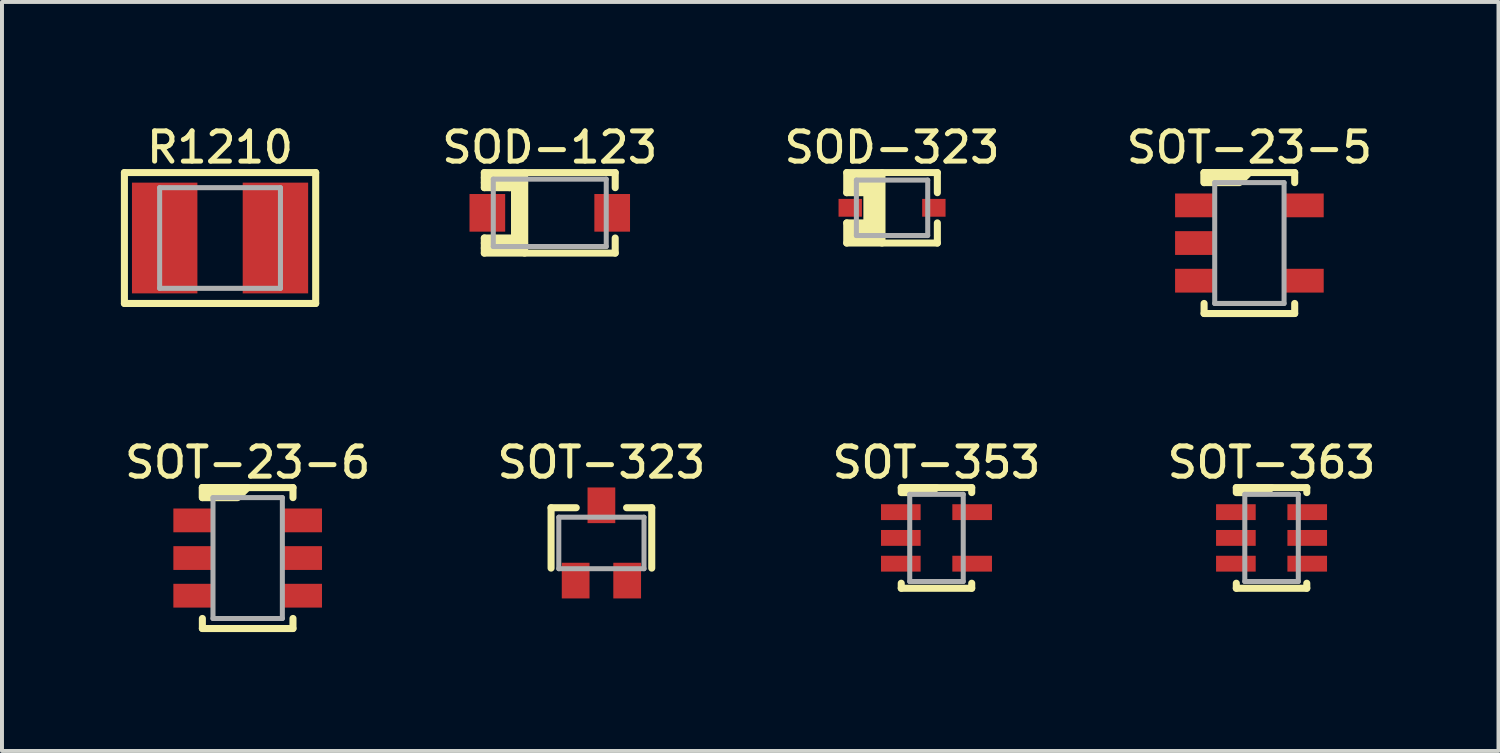
<source format=kicad_pcb>
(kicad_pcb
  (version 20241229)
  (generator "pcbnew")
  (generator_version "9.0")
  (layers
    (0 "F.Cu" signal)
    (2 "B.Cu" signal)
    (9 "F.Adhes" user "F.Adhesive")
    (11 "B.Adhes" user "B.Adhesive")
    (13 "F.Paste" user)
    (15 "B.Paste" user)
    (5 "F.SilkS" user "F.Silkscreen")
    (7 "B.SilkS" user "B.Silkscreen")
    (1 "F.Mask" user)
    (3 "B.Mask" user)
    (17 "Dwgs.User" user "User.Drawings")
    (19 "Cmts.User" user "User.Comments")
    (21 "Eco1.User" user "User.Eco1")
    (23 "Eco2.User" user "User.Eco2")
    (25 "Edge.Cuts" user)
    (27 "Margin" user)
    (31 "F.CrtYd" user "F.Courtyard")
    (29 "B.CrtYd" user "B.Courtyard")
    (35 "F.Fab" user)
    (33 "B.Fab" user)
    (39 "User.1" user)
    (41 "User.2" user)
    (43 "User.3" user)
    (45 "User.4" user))
  (footprint "SOT-23-5"
    (layer "F.Cu")
    (at 28.473 3.082)
    (property "Reference" "SOT-23-5" (at 0 -2.413 0) (layer "F.SilkS") (effects (font (size 0.762 0.762) (thickness 0.127))))
    (attr smd)
    (fp_line (start -1.143 -1.524) (end -1.143 -1.778) (stroke (width 0.178) (type solid)) (layer "F.SilkS"))
    (fp_line (start -1.143 1.524) (end -1.143 1.778) (stroke (width 0.178) (type solid)) (layer "F.SilkS"))
    (fp_line (start -1.143 1.778) (end 1.143 1.778) (stroke (width 0.178) (type solid)) (layer "F.SilkS"))
    (fp_line (start 1.143 -1.778) (end -1.143 -1.778) (stroke (width 0.178) (type solid)) (layer "F.SilkS"))
    (fp_line (start 1.143 -1.524) (end 1.143 -1.778) (stroke (width 0.178) (type solid)) (layer "F.SilkS"))
    (fp_line (start 1.143 1.778) (end 1.143 1.524) (stroke (width 0.178) (type solid)) (layer "F.SilkS"))
    (fp_poly (pts (xy -1.143 -1.524) (xy -1.143 -1.778) (xy 0 -1.778) (xy -0.254 -1.524) (xy -0.635 -1.524)) (stroke (width 0.178) (type solid)) (fill yes) (layer "F.SilkS"))
    (fp_line (start -0.875 -1.525) (end -0.875 1.525) (stroke (width 0.127) (type solid)) (layer "F.Fab"))
    (fp_line (start -0.875 -1.525) (end 0.875 -1.525) (stroke (width 0.127) (type solid)) (layer "F.Fab"))
    (fp_line (start -0.875 1.525) (end 0.875 1.525) (stroke (width 0.127) (type solid)) (layer "F.Fab"))
    (fp_line (start 0.875 1.525) (end 0.875 -1.525) (stroke (width 0.127) (type solid)) (layer "F.Fab"))
    (pad "1" smd rect (at -1.35 -0.95) (size 1.05 0.6) (layers "F.Cu" "F.Mask" "F.Paste"))
    (pad "2" smd rect (at -1.35 0) (size 1.05 0.6) (layers "F.Cu" "F.Mask" "F.Paste"))
    (pad "3" smd rect (at -1.35 0.95) (size 1.05 0.6) (layers "F.Cu" "F.Mask" "F.Paste"))
    (pad "4" smd rect (at 1.35 0.95) (size 1.05 0.6) (layers "F.Cu" "F.Mask" "F.Paste"))
    (pad "5" smd rect (at 1.35 -0.95) (size 1.05 0.6) (layers "F.Cu" "F.Mask" "F.Paste")))
  (footprint "SOD-323"
    (layer "F.Cu")
    (at 19.457 2.193)
    (property "Reference" "SOD-323" (at 0 -1.524 0) (layer "F.SilkS") (effects (font (size 0.762 0.762) (thickness 0.127))))
    (attr smd)
    (fp_line (start -1.143 -0.889) (end -1.143 -0.381) (stroke (width 0.178) (type solid)) (layer "F.SilkS"))
    (fp_line (start -1.143 -0.889) (end 1.143 -0.889) (stroke (width 0.178) (type solid)) (layer "F.SilkS"))
    (fp_line (start -1.143 -0.381) (end -0.635 -0.381) (stroke (width 0.178) (type solid)) (layer "F.SilkS"))
    (fp_line (start -1.143 0.381) (end -1.143 0.889) (stroke (width 0.178) (type solid)) (layer "F.SilkS"))
    (fp_line (start -1.143 0.889) (end 1.143 0.889) (stroke (width 0.178) (type solid)) (layer "F.SilkS"))
    (fp_line (start -0.635 -0.381) (end -0.635 0.381) (stroke (width 0.178) (type solid)) (layer "F.SilkS"))
    (fp_line (start -0.635 0.381) (end -1.143 0.381) (stroke (width 0.178) (type solid)) (layer "F.SilkS"))
    (fp_line (start -0.254 -0.889) (end -0.254 0.889) (stroke (width 0.178) (type solid)) (layer "F.SilkS"))
    (fp_line (start 1.143 -0.889) (end 1.143 -0.381) (stroke (width 0.178) (type solid)) (layer "F.SilkS"))
    (fp_line (start 1.143 0.889) (end 1.143 0.381) (stroke (width 0.178) (type solid)) (layer "F.SilkS"))
    (fp_poly (pts (xy -1.143 -0.889) (xy -0.254 -0.889) (xy -0.254 0.889) (xy -1.143 0.889) (xy -1.143 0.381) (xy -0.635 0.381) (xy -0.635 -0.381) (xy -1.143 -0.381)) (stroke (width 0.1) (type solid)) (fill yes) (layer "F.SilkS"))
    (fp_line (start -0.9 -0.7) (end 0.9 -0.7) (stroke (width 0.127) (type solid)) (layer "F.Fab"))
    (fp_line (start -0.9 0.7) (end -0.9 -0.7) (stroke (width 0.127) (type solid)) (layer "F.Fab"))
    (fp_line (start -0.9 0.7) (end 0.9 0.7) (stroke (width 0.127) (type solid)) (layer "F.Fab"))
    (fp_line (start 0.9 -0.7) (end 0.9 0.7) (stroke (width 0.127) (type solid)) (layer "F.Fab"))
    (pad "A" smd rect (at 1.055 0) (size 0.59 0.45) (layers "F.Cu" "F.Mask" "F.Paste"))
    (pad "K" smd rect (at -1.055 0) (size 0.59 0.45) (layers "F.Cu" "F.Mask" "F.Paste")))
  (footprint "SOT-323"
    (layer "F.Cu")
    (at 12.124 10.649)
    (property "Reference" "SOT-323" (at 0 -2.032 0) (layer "F.SilkS") (effects (font (size 0.762 0.762) (thickness 0.127))))
    (attr smd)
    (fp_line (start -1.27 -0.889) (end -0.635 -0.889) (stroke (width 0.178) (type solid)) (layer "F.SilkS"))
    (fp_line (start -1.27 0.635) (end -1.27 -0.889) (stroke (width 0.178) (type solid)) (layer "F.SilkS"))
    (fp_line (start 0.635 -0.889) (end 1.27 -0.889) (stroke (width 0.178) (type solid)) (layer "F.SilkS"))
    (fp_line (start 1.27 -0.889) (end 1.27 0.635) (stroke (width 0.178) (type solid)) (layer "F.SilkS"))
    (fp_line (start -1.075 -0.65) (end -1.075 0.65) (stroke (width 0.127) (type solid)) (layer "F.Fab"))
    (fp_line (start -1.075 -0.65) (end 1.075 -0.65) (stroke (width 0.127) (type solid)) (layer "F.Fab"))
    (fp_line (start -1.075 0.65) (end 1.075 0.65) (stroke (width 0.127) (type solid)) (layer "F.Fab"))
    (fp_line (start 1.075 0.65) (end 1.075 -0.65) (stroke (width 0.127) (type solid)) (layer "F.Fab"))
    (pad "1" smd rect (at -0.65 0.95) (size 0.7 0.9) (layers "F.Cu" "F.Mask" "F.Paste"))
    (pad "2" smd rect (at 0.65 0.95) (size 0.7 0.9) (layers "F.Cu" "F.Mask" "F.Paste"))
    (pad "3" smd rect (at 0 -0.95) (size 0.7 0.9) (layers "F.Cu" "F.Mask" "F.Paste")))
  (footprint "R1210"
    (layer "F.Cu")
    (at 2.502 2.955)
    (property "Reference" "R1210" (at 0 -2.286 0) (layer "F.SilkS") (effects (font (size 0.762 0.762) (thickness 0.127))))
    (attr smd)
    (fp_line (start -2.413 -1.651) (end 2.413 -1.651) (stroke (width 0.178) (type solid)) (layer "F.SilkS"))
    (fp_line (start -2.413 1.651) (end -2.413 -1.651) (stroke (width 0.178) (type solid)) (layer "F.SilkS"))
    (fp_line (start 2.413 -1.651) (end 2.413 1.651) (stroke (width 0.178) (type solid)) (layer "F.SilkS"))
    (fp_line (start 2.413 1.651) (end -2.413 1.651) (stroke (width 0.178) (type solid)) (layer "F.SilkS"))
    (fp_line (start -1.524 -1.27) (end -1.524 1.27) (stroke (width 0.127) (type solid)) (layer "F.Fab"))
    (fp_line (start -1.524 -1.27) (end 1.524 -1.27) (stroke (width 0.127) (type solid)) (layer "F.Fab"))
    (fp_line (start 1.524 1.27) (end -1.524 1.27) (stroke (width 0.127) (type solid)) (layer "F.Fab"))
    (fp_line (start 1.524 1.27) (end 1.524 -1.27) (stroke (width 0.127) (type solid)) (layer "F.Fab"))
    (pad "1" smd rect (at -1.397 0) (size 1.651 2.794) (layers "F.Cu" "F.Mask" "F.Paste"))
    (pad "2" smd rect (at 1.397 0 180) (size 1.651 2.794) (layers "F.Cu" "F.Mask" "F.Paste")))
  (footprint "SOD-123"
    (layer "F.Cu")
    (at 10.821 2.32)
    (property "Reference" "SOD-123" (at 0 -1.651 0) (layer "F.SilkS") (effects (font (size 0.762 0.762) (thickness 0.127))))
    (attr smd)
    (fp_line (start -1.651 -1.016) (end 1.651 -1.016) (stroke (width 0.178) (type solid)) (layer "F.SilkS"))
    (fp_line (start -1.651 -0.762) (end -0.635 -0.762) (stroke (width 0.178) (type solid)) (layer "F.SilkS"))
    (fp_line (start -1.651 -0.635) (end -1.651 -1.016) (stroke (width 0.178) (type solid)) (layer "F.SilkS"))
    (fp_line (start -1.651 -0.635) (end -1.016 -0.635) (stroke (width 0.178) (type solid)) (layer "F.SilkS"))
    (fp_line (start -1.651 0.889) (end -0.635 0.889) (stroke (width 0.178) (type solid)) (layer "F.SilkS"))
    (fp_line (start -1.651 1.016) (end -1.651 0.635) (stroke (width 0.178) (type solid)) (layer "F.SilkS"))
    (fp_line (start -1.016 -0.635) (end -0.889 -0.635) (stroke (width 0.178) (type solid)) (layer "F.SilkS"))
    (fp_line (start -0.889 -0.635) (end -0.889 0.635) (stroke (width 0.178) (type solid)) (layer "F.SilkS"))
    (fp_line (start -0.889 0.635) (end -1.651 0.635) (stroke (width 0.178) (type solid)) (layer "F.SilkS"))
    (fp_line (start -0.762 0.762) (end -0.762 -0.762) (stroke (width 0.178) (type solid)) (layer "F.SilkS"))
    (fp_line (start -0.635 -1.016) (end -0.635 1.016) (stroke (width 0.178) (type solid)) (layer "F.SilkS"))
    (fp_line (start -0.635 -0.889) (end -1.651 -0.889) (stroke (width 0.178) (type solid)) (layer "F.SilkS"))
    (fp_line (start -0.635 -0.762) (end -0.635 0.762) (stroke (width 0.178) (type solid)) (layer "F.SilkS"))
    (fp_line (start -0.635 0.762) (end -1.651 0.762) (stroke (width 0.178) (type solid)) (layer "F.SilkS"))
    (fp_line (start 1.651 -1.016) (end 1.651 -0.635) (stroke (width 0.178) (type solid)) (layer "F.SilkS"))
    (fp_line (start 1.651 0.635) (end 1.651 1.016) (stroke (width 0.178) (type solid)) (layer "F.SilkS"))
    (fp_line (start 1.651 1.016) (end -1.651 1.016) (stroke (width 0.178) (type solid)) (layer "F.SilkS"))
    (fp_line (start -1.425 -0.85) (end -1.425 0.85) (stroke (width 0.127) (type solid)) (layer "F.Fab"))
    (fp_line (start -1.425 -0.85) (end 1.425 -0.85) (stroke (width 0.127) (type solid)) (layer "F.Fab"))
    (fp_line (start -1.425 0.85) (end 1.425 0.85) (stroke (width 0.127) (type solid)) (layer "F.Fab"))
    (fp_line (start 1.425 -0.85) (end 1.425 0.85) (stroke (width 0.127) (type solid)) (layer "F.Fab"))
    (pad "A" smd rect (at 1.575 0) (size 0.9 0.95) (layers "F.Cu" "F.Mask" "F.Paste"))
    (pad "K" smd rect (at -1.575 0) (size 0.9 0.95) (layers "F.Cu" "F.Mask" "F.Paste")))
  (footprint "SOT-23-6"
    (layer "F.Cu")
    (at 3.199 11.03)
    (property "Reference" "SOT-23-6" (at 0 -2.413 0) (layer "F.SilkS") (effects (font (size 0.762 0.762) (thickness 0.127))))
    (attr smd)
    (fp_line (start -1.143 -1.524) (end -1.143 -1.778) (stroke (width 0.178) (type solid)) (layer "F.SilkS"))
    (fp_line (start -1.143 1.524) (end -1.143 1.778) (stroke (width 0.178) (type solid)) (layer "F.SilkS"))
    (fp_line (start -1.143 1.778) (end 1.143 1.778) (stroke (width 0.178) (type solid)) (layer "F.SilkS"))
    (fp_line (start 1.143 -1.778) (end -1.143 -1.778) (stroke (width 0.178) (type solid)) (layer "F.SilkS"))
    (fp_line (start 1.143 -1.524) (end 1.143 -1.778) (stroke (width 0.178) (type solid)) (layer "F.SilkS"))
    (fp_line (start 1.143 1.778) (end 1.143 1.524) (stroke (width 0.178) (type solid)) (layer "F.SilkS"))
    (fp_poly (pts (xy -1.143 -1.524) (xy -1.143 -1.778) (xy 0 -1.778) (xy -0.254 -1.524) (xy -0.635 -1.524)) (stroke (width 0.178) (type solid)) (fill yes) (layer "F.SilkS"))
    (fp_line (start -0.875 -1.525) (end -0.875 1.525) (stroke (width 0.127) (type solid)) (layer "F.Fab"))
    (fp_line (start -0.875 -1.525) (end 0.875 -1.525) (stroke (width 0.127) (type solid)) (layer "F.Fab"))
    (fp_line (start -0.875 1.525) (end 0.875 1.525) (stroke (width 0.127) (type solid)) (layer "F.Fab"))
    (fp_line (start 0.875 1.525) (end 0.875 -1.525) (stroke (width 0.127) (type solid)) (layer "F.Fab"))
    (pad "1" smd rect (at -1.35 -0.95) (size 1.05 0.6) (layers "F.Cu" "F.Mask" "F.Paste"))
    (pad "2" smd rect (at -1.35 0) (size 1.05 0.6) (layers "F.Cu" "F.Mask" "F.Paste"))
    (pad "3" smd rect (at -1.35 0.95) (size 1.05 0.6) (layers "F.Cu" "F.Mask" "F.Paste"))
    (pad "4" smd rect (at 1.35 0.95) (size 1.05 0.6) (layers "F.Cu" "F.Mask" "F.Paste"))
    (pad "5" smd rect (at 1.35 0) (size 1.05 0.6) (layers "F.Cu" "F.Mask" "F.Paste"))
    (pad "6" smd rect (at 1.35 -0.95) (size 1.05 0.6) (layers "F.Cu" "F.Mask" "F.Paste")))
  (footprint "SOT-363"
    (layer "F.Cu")
    (at 29.032 10.522)
    (property "Reference" "SOT-363" (at 0 -1.905 0) (layer "F.SilkS") (effects (font (size 0.762 0.762) (thickness 0.127))))
    (attr smd)
    (fp_line (start -0.889 -1.27) (end 0.889 -1.27) (stroke (width 0.178) (type solid)) (layer "F.SilkS"))
    (fp_line (start -0.889 1.27) (end -0.889 1.143) (stroke (width 0.178) (type solid)) (layer "F.SilkS"))
    (fp_line (start 0.889 -1.27) (end 0.889 -1.143) (stroke (width 0.178) (type solid)) (layer "F.SilkS"))
    (fp_line (start 0.889 1.143) (end 0.889 1.27) (stroke (width 0.178) (type solid)) (layer "F.SilkS"))
    (fp_line (start 0.889 1.27) (end -0.889 1.27) (stroke (width 0.178) (type solid)) (layer "F.SilkS"))
    (fp_poly (pts (xy -0.889 -1.143) (xy -0.889 -1.27) (xy 0 -1.27) (xy -0.127 -1.143)) (stroke (width 0.178) (type solid)) (fill yes) (layer "F.SilkS"))
    (fp_line (start -0.675 -1.1) (end -0.675 1.1) (stroke (width 0.127) (type solid)) (layer "F.Fab"))
    (fp_line (start -0.675 -1.1) (end 0.675 -1.1) (stroke (width 0.127) (type solid)) (layer "F.Fab"))
    (fp_line (start -0.675 1.1) (end 0.675 1.1) (stroke (width 0.127) (type solid)) (layer "F.Fab"))
    (fp_line (start 0.675 1.1) (end 0.675 -1.1) (stroke (width 0.127) (type solid)) (layer "F.Fab"))
    (pad "1" smd rect (at -0.9 -0.65) (size 1 0.4) (layers "F.Cu" "F.Mask" "F.Paste"))
    (pad "2" smd rect (at -0.9 0) (size 1 0.4) (layers "F.Cu" "F.Mask" "F.Paste"))
    (pad "3" smd rect (at -0.9 0.65) (size 1 0.4) (layers "F.Cu" "F.Mask" "F.Paste"))
    (pad "4" smd rect (at 0.9 0.65) (size 1 0.4) (layers "F.Cu" "F.Mask" "F.Paste"))
    (pad "5" smd rect (at 0.9 0) (size 1 0.4) (layers "F.Cu" "F.Mask" "F.Paste"))
    (pad "6" smd rect (at 0.9 -0.65) (size 1 0.4) (layers "F.Cu" "F.Mask" "F.Paste")))
  (footprint "SOT-353"
    (layer "F.Cu")
    (at 20.578 10.522)
    (property "Reference" "SOT-353" (at 0 -1.905 0) (layer "F.SilkS") (effects (font (size 0.762 0.762) (thickness 0.127))))
    (attr smd)
    (fp_line (start -0.889 -1.27) (end 0.889 -1.27) (stroke (width 0.178) (type solid)) (layer "F.SilkS"))
    (fp_line (start -0.889 1.27) (end -0.889 1.143) (stroke (width 0.178) (type solid)) (layer "F.SilkS"))
    (fp_line (start 0.889 -1.27) (end 0.889 -1.143) (stroke (width 0.178) (type solid)) (layer "F.SilkS"))
    (fp_line (start 0.889 1.143) (end 0.889 1.27) (stroke (width 0.178) (type solid)) (layer "F.SilkS"))
    (fp_line (start 0.889 1.27) (end -0.889 1.27) (stroke (width 0.178) (type solid)) (layer "F.SilkS"))
    (fp_poly (pts (xy -0.889 -1.143) (xy -0.889 -1.27) (xy 0 -1.27) (xy -0.127 -1.143)) (stroke (width 0.178) (type solid)) (fill yes) (layer "F.SilkS"))
    (fp_line (start -0.675 -1.1) (end -0.675 1.1) (stroke (width 0.127) (type solid)) (layer "F.Fab"))
    (fp_line (start -0.675 -1.1) (end 0.675 -1.1) (stroke (width 0.127) (type solid)) (layer "F.Fab"))
    (fp_line (start -0.675 1.1) (end 0.675 1.1) (stroke (width 0.127) (type solid)) (layer "F.Fab"))
    (fp_line (start 0.675 1.1) (end 0.675 -1.1) (stroke (width 0.127) (type solid)) (layer "F.Fab"))
    (pad "1" smd rect (at -0.9 -0.65) (size 1 0.4) (layers "F.Cu" "F.Mask" "F.Paste"))
    (pad "2" smd rect (at -0.9 0) (size 1 0.4) (layers "F.Cu" "F.Mask" "F.Paste"))
    (pad "3" smd rect (at -0.9 0.65) (size 1 0.4) (layers "F.Cu" "F.Mask" "F.Paste"))
    (pad "4" smd rect (at 0.9 0.65) (size 1 0.4) (layers "F.Cu" "F.Mask" "F.Paste"))
    (pad "5" smd rect (at 0.9 -0.65) (size 1 0.4) (layers "F.Cu" "F.Mask" "F.Paste")))
  (gr_rect
    (start -3 -3)
    (end 34.758 15.897)
    (stroke (width 0.1) (type default))
    (fill no)
    (layer "Edge.Cuts")))
</source>
